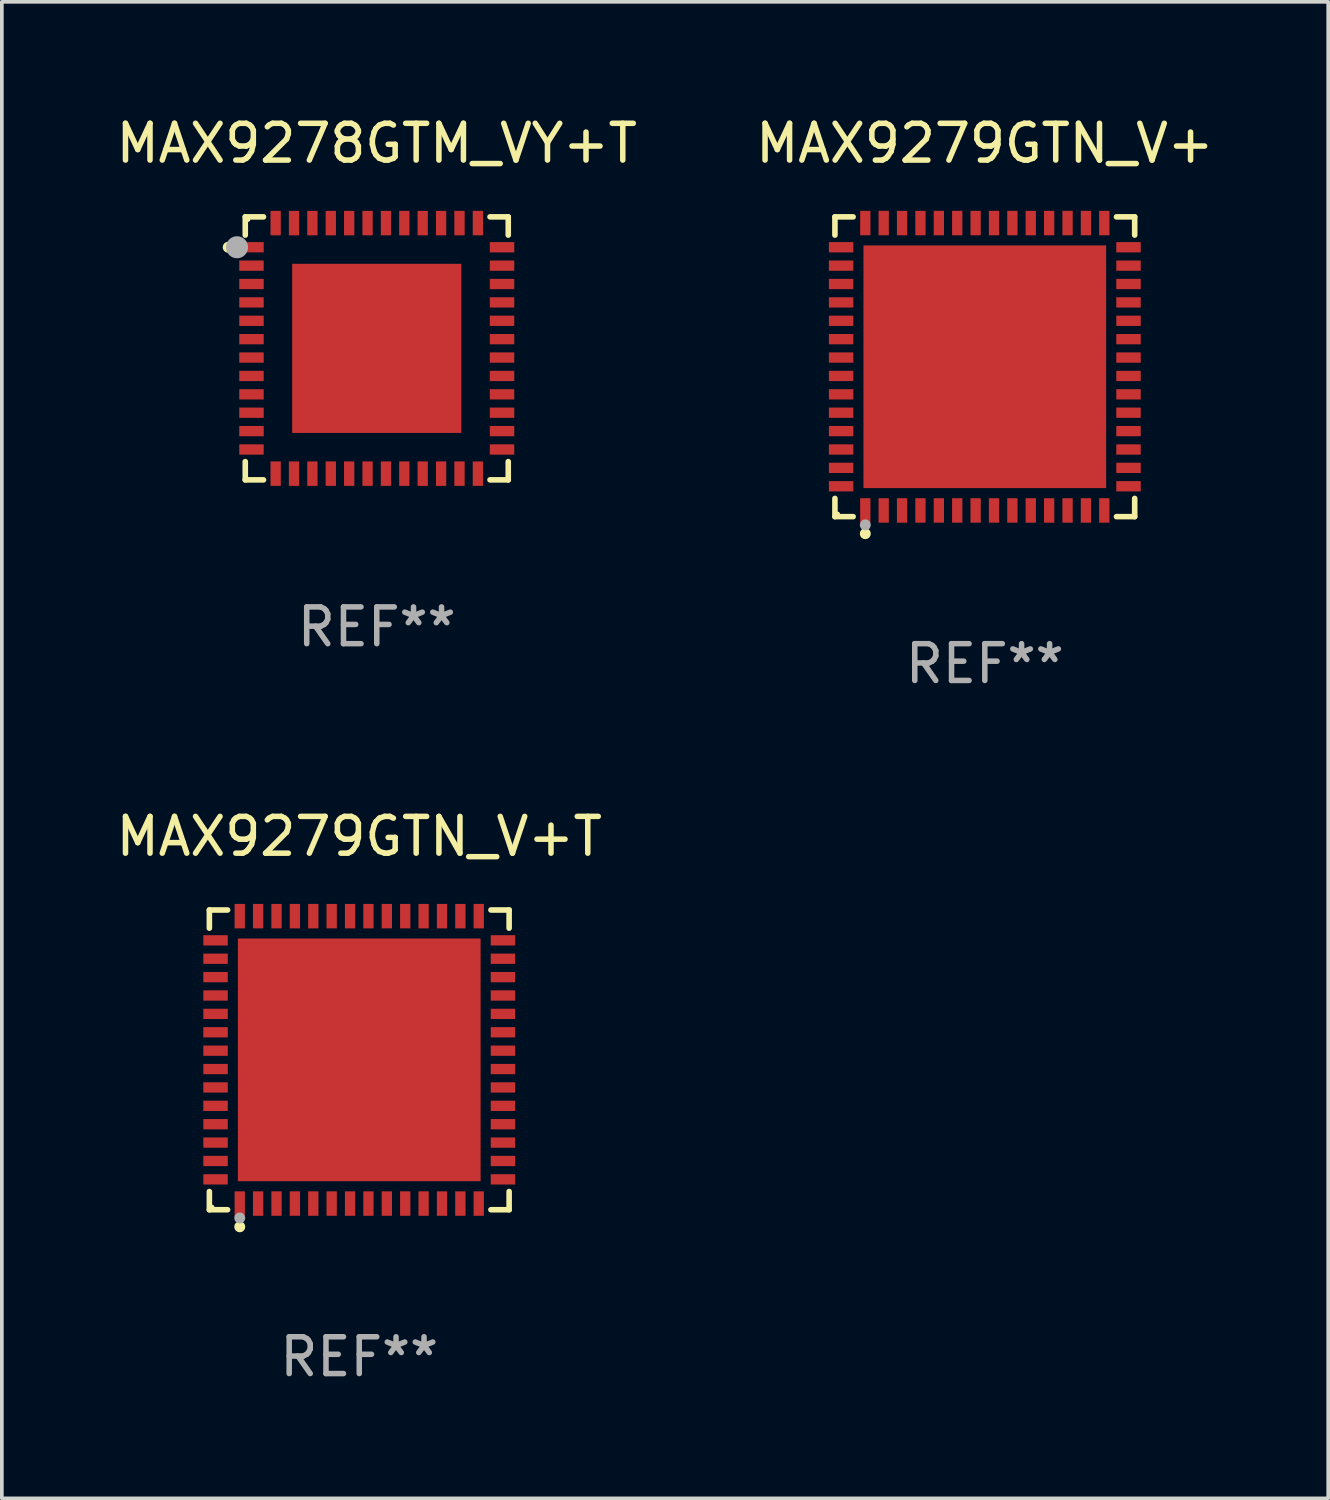
<source format=kicad_pcb>
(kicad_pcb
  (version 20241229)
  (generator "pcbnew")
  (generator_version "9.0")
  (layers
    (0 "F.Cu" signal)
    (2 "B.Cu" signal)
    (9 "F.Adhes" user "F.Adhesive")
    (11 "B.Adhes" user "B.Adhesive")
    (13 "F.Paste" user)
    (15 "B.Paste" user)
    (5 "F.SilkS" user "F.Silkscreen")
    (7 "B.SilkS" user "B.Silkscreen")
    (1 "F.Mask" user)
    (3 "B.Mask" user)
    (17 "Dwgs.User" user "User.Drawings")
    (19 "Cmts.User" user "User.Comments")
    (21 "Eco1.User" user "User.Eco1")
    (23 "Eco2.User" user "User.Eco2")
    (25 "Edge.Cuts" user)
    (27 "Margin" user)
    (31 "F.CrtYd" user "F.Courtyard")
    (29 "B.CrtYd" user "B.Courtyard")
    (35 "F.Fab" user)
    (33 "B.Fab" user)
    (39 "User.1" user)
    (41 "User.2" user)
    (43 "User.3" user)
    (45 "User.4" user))
  (footprint "MAX9278GTM_VY+T"
    (layer "F.Cu")
    (at 7.196 6.424)
    (property "Reference" "MAX9278GTM_VY+T" (at 0 -5.576 0) (layer "F.SilkS") (effects (font (size 1 1) (thickness 0.15))))
    (attr through_hole)
    (fp_line (start -3.576 -3.576) (end -3.576 -3.08) (stroke (width 0.152) (type solid)) (layer "F.SilkS"))
    (fp_line (start -3.576 3.576) (end -3.576 3.08) (stroke (width 0.152) (type solid)) (layer "F.SilkS"))
    (fp_line (start -3.08 -3.576) (end -3.576 -3.576) (stroke (width 0.152) (type solid)) (layer "F.SilkS"))
    (fp_line (start -3.08 3.576) (end -3.576 3.576) (stroke (width 0.152) (type solid)) (layer "F.SilkS"))
    (fp_line (start 3.08 -3.576) (end 3.576 -3.576) (stroke (width 0.152) (type solid)) (layer "F.SilkS"))
    (fp_line (start 3.08 3.576) (end 3.576 3.576) (stroke (width 0.152) (type solid)) (layer "F.SilkS"))
    (fp_line (start 3.576 -3.576) (end 3.576 -3.08) (stroke (width 0.152) (type solid)) (layer "F.SilkS"))
    (fp_line (start 3.576 3.576) (end 3.576 3.08) (stroke (width 0.152) (type solid)) (layer "F.SilkS"))
    (fp_circle (center -4.04 -2.75) (end -3.965 -2.75) (stroke (width 0.15) (type solid)) (fill no) (layer "F.SilkS"))
    (fp_circle (center -3.5 -3.5) (end -3.47 -3.5) (stroke (width 0.06) (type solid)) (fill no) (layer "F.SilkS"))
    (fp_circle (center -3.8 -2.75) (end -3.65 -2.75) (stroke (width 0.3) (type solid)) (fill no) (layer "F.Fab"))
    (fp_text user "REF**" (at 0 7.576 0) (layer "F.Fab") (effects (font (size 1 1) (thickness 0.15))))
    (pad "1" smd rect (at -3.407 -2.75) (size 0.665 0.28) (layers "F.Cu" "F.Mask" "F.Paste"))
    (pad "2" smd rect (at -3.407 -2.25) (size 0.665 0.28) (layers "F.Cu" "F.Mask" "F.Paste"))
    (pad "3" smd rect (at -3.407 -1.75) (size 0.665 0.28) (layers "F.Cu" "F.Mask" "F.Paste"))
    (pad "4" smd rect (at -3.407 -1.25) (size 0.665 0.28) (layers "F.Cu" "F.Mask" "F.Paste"))
    (pad "5" smd rect (at -3.407 -0.75) (size 0.665 0.28) (layers "F.Cu" "F.Mask" "F.Paste"))
    (pad "6" smd rect (at -3.407 -0.25) (size 0.665 0.28) (layers "F.Cu" "F.Mask" "F.Paste"))
    (pad "7" smd rect (at -3.407 0.25) (size 0.665 0.28) (layers "F.Cu" "F.Mask" "F.Paste"))
    (pad "8" smd rect (at -3.407 0.75) (size 0.665 0.28) (layers "F.Cu" "F.Mask" "F.Paste"))
    (pad "9" smd rect (at -3.407 1.25) (size 0.665 0.28) (layers "F.Cu" "F.Mask" "F.Paste"))
    (pad "10" smd rect (at -3.407 1.75) (size 0.665 0.28) (layers "F.Cu" "F.Mask" "F.Paste"))
    (pad "11" smd rect (at -3.407 2.25) (size 0.665 0.28) (layers "F.Cu" "F.Mask" "F.Paste"))
    (pad "12" smd rect (at -3.407 2.75) (size 0.665 0.28) (layers "F.Cu" "F.Mask" "F.Paste"))
    (pad "13" smd rect (at -2.75 3.407) (size 0.28 0.665) (layers "F.Cu" "F.Mask" "F.Paste"))
    (pad "14" smd rect (at -2.25 3.407) (size 0.28 0.665) (layers "F.Cu" "F.Mask" "F.Paste"))
    (pad "15" smd rect (at -1.75 3.407) (size 0.28 0.665) (layers "F.Cu" "F.Mask" "F.Paste"))
    (pad "16" smd rect (at -1.25 3.407) (size 0.28 0.665) (layers "F.Cu" "F.Mask" "F.Paste"))
    (pad "17" smd rect (at -0.75 3.407) (size 0.28 0.665) (layers "F.Cu" "F.Mask" "F.Paste"))
    (pad "18" smd rect (at -0.25 3.407) (size 0.28 0.665) (layers "F.Cu" "F.Mask" "F.Paste"))
    (pad "19" smd rect (at 0.25 3.407) (size 0.28 0.665) (layers "F.Cu" "F.Mask" "F.Paste"))
    (pad "20" smd rect (at 0.75 3.407) (size 0.28 0.665) (layers "F.Cu" "F.Mask" "F.Paste"))
    (pad "21" smd rect (at 1.25 3.407) (size 0.28 0.665) (layers "F.Cu" "F.Mask" "F.Paste"))
    (pad "22" smd rect (at 1.75 3.407) (size 0.28 0.665) (layers "F.Cu" "F.Mask" "F.Paste"))
    (pad "23" smd rect (at 2.25 3.407) (size 0.28 0.665) (layers "F.Cu" "F.Mask" "F.Paste"))
    (pad "24" smd rect (at 2.75 3.407) (size 0.28 0.665) (layers "F.Cu" "F.Mask" "F.Paste"))
    (pad "25" smd rect (at 3.407 2.75) (size 0.665 0.28) (layers "F.Cu" "F.Mask" "F.Paste"))
    (pad "26" smd rect (at 3.407 2.25) (size 0.665 0.28) (layers "F.Cu" "F.Mask" "F.Paste"))
    (pad "27" smd rect (at 3.407 1.75) (size 0.665 0.28) (layers "F.Cu" "F.Mask" "F.Paste"))
    (pad "28" smd rect (at 3.407 1.25) (size 0.665 0.28) (layers "F.Cu" "F.Mask" "F.Paste"))
    (pad "29" smd rect (at 3.407 0.75) (size 0.665 0.28) (layers "F.Cu" "F.Mask" "F.Paste"))
    (pad "30" smd rect (at 3.407 0.25) (size 0.665 0.28) (layers "F.Cu" "F.Mask" "F.Paste"))
    (pad "31" smd rect (at 3.407 -0.25) (size 0.665 0.28) (layers "F.Cu" "F.Mask" "F.Paste"))
    (pad "32" smd rect (at 3.407 -0.75) (size 0.665 0.28) (layers "F.Cu" "F.Mask" "F.Paste"))
    (pad "33" smd rect (at 3.407 -1.25) (size 0.665 0.28) (layers "F.Cu" "F.Mask" "F.Paste"))
    (pad "34" smd rect (at 3.407 -1.75) (size 0.665 0.28) (layers "F.Cu" "F.Mask" "F.Paste"))
    (pad "35" smd rect (at 3.407 -2.25) (size 0.665 0.28) (layers "F.Cu" "F.Mask" "F.Paste"))
    (pad "36" smd rect (at 3.407 -2.75) (size 0.665 0.28) (layers "F.Cu" "F.Mask" "F.Paste"))
    (pad "37" smd rect (at 2.75 -3.407) (size 0.28 0.665) (layers "F.Cu" "F.Mask" "F.Paste"))
    (pad "38" smd rect (at 2.25 -3.407) (size 0.28 0.665) (layers "F.Cu" "F.Mask" "F.Paste"))
    (pad "39" smd rect (at 1.75 -3.407) (size 0.28 0.665) (layers "F.Cu" "F.Mask" "F.Paste"))
    (pad "40" smd rect (at 1.25 -3.407) (size 0.28 0.665) (layers "F.Cu" "F.Mask" "F.Paste"))
    (pad "41" smd rect (at 0.75 -3.407) (size 0.28 0.665) (layers "F.Cu" "F.Mask" "F.Paste"))
    (pad "42" smd rect (at 0.25 -3.407) (size 0.28 0.665) (layers "F.Cu" "F.Mask" "F.Paste"))
    (pad "43" smd rect (at -0.25 -3.407) (size 0.28 0.665) (layers "F.Cu" "F.Mask" "F.Paste"))
    (pad "44" smd rect (at -0.75 -3.407) (size 0.28 0.665) (layers "F.Cu" "F.Mask" "F.Paste"))
    (pad "45" smd rect (at -1.25 -3.407) (size 0.28 0.665) (layers "F.Cu" "F.Mask" "F.Paste"))
    (pad "46" smd rect (at -1.75 -3.407) (size 0.28 0.665) (layers "F.Cu" "F.Mask" "F.Paste"))
    (pad "47" smd rect (at -2.25 -3.407) (size 0.28 0.665) (layers "F.Cu" "F.Mask" "F.Paste"))
    (pad "48" smd rect (at -2.75 -3.407) (size 0.28 0.665) (layers "F.Cu" "F.Mask" "F.Paste"))
    (pad "49" smd rect (at 0 0) (size 4.6 4.6) (layers "F.Cu" "F.Mask" "F.Paste")))
  (footprint "MAX9279GTN_V+"
    (layer "F.Cu")
    (at 23.732 6.924)
    (property "Reference" "MAX9279GTN_V+" (at 0 -6.076 0) (layer "F.SilkS") (effects (font (size 1 1) (thickness 0.15))))
    (attr through_hole)
    (fp_line (start -4.076 -4.076) (end -3.581 -4.076) (stroke (width 0.152) (type solid)) (layer "F.SilkS"))
    (fp_line (start -4.076 -3.581) (end -4.076 -4.076) (stroke (width 0.152) (type solid)) (layer "F.SilkS"))
    (fp_line (start -4.076 3.581) (end -4.076 4.076) (stroke (width 0.152) (type solid)) (layer "F.SilkS"))
    (fp_line (start -4.076 4.076) (end -3.581 4.076) (stroke (width 0.152) (type solid)) (layer "F.SilkS"))
    (fp_line (start 4.076 -4.076) (end 3.581 -4.076) (stroke (width 0.152) (type solid)) (layer "F.SilkS"))
    (fp_line (start 4.076 -3.581) (end 4.076 -4.076) (stroke (width 0.152) (type solid)) (layer "F.SilkS"))
    (fp_line (start 4.076 3.581) (end 4.076 4.076) (stroke (width 0.152) (type solid)) (layer "F.SilkS"))
    (fp_line (start 4.076 4.076) (end 3.581 4.076) (stroke (width 0.152) (type solid)) (layer "F.SilkS"))
    (fp_circle (center -4 4) (end -3.97 4) (stroke (width 0.06) (type solid)) (fill no) (layer "F.SilkS"))
    (fp_circle (center -3.25 4.54) (end -3.175 4.54) (stroke (width 0.15) (type solid)) (fill no) (layer "F.SilkS"))
    (fp_circle (center -3.25 4.3) (end -3.175 4.3) (stroke (width 0.15) (type solid)) (fill no) (layer "F.Fab"))
    (fp_text user "REF**" (at 0 8.076 0) (layer "F.Fab") (effects (font (size 1 1) (thickness 0.15))))
    (pad "1" smd rect (at -3.25 3.908) (size 0.28 0.665) (layers "F.Cu" "F.Mask" "F.Paste"))
    (pad "2" smd rect (at -2.75 3.908) (size 0.28 0.665) (layers "F.Cu" "F.Mask" "F.Paste"))
    (pad "3" smd rect (at -2.25 3.908) (size 0.28 0.665) (layers "F.Cu" "F.Mask" "F.Paste"))
    (pad "4" smd rect (at -1.75 3.908) (size 0.28 0.665) (layers "F.Cu" "F.Mask" "F.Paste"))
    (pad "5" smd rect (at -1.25 3.908) (size 0.28 0.665) (layers "F.Cu" "F.Mask" "F.Paste"))
    (pad "6" smd rect (at -0.75 3.908) (size 0.28 0.665) (layers "F.Cu" "F.Mask" "F.Paste"))
    (pad "7" smd rect (at -0.25 3.908) (size 0.28 0.665) (layers "F.Cu" "F.Mask" "F.Paste"))
    (pad "8" smd rect (at 0.25 3.908) (size 0.28 0.665) (layers "F.Cu" "F.Mask" "F.Paste"))
    (pad "9" smd rect (at 0.75 3.908) (size 0.28 0.665) (layers "F.Cu" "F.Mask" "F.Paste"))
    (pad "10" smd rect (at 1.25 3.908) (size 0.28 0.665) (layers "F.Cu" "F.Mask" "F.Paste"))
    (pad "11" smd rect (at 1.75 3.908) (size 0.28 0.665) (layers "F.Cu" "F.Mask" "F.Paste"))
    (pad "12" smd rect (at 2.25 3.908) (size 0.28 0.665) (layers "F.Cu" "F.Mask" "F.Paste"))
    (pad "13" smd rect (at 2.75 3.908) (size 0.28 0.665) (layers "F.Cu" "F.Mask" "F.Paste"))
    (pad "14" smd rect (at 3.25 3.908) (size 0.28 0.665) (layers "F.Cu" "F.Mask" "F.Paste"))
    (pad "15" smd rect (at 3.908 3.25) (size 0.665 0.28) (layers "F.Cu" "F.Mask" "F.Paste"))
    (pad "16" smd rect (at 3.908 2.75) (size 0.665 0.28) (layers "F.Cu" "F.Mask" "F.Paste"))
    (pad "17" smd rect (at 3.908 2.25) (size 0.665 0.28) (layers "F.Cu" "F.Mask" "F.Paste"))
    (pad "18" smd rect (at 3.908 1.75) (size 0.665 0.28) (layers "F.Cu" "F.Mask" "F.Paste"))
    (pad "19" smd rect (at 3.908 1.25) (size 0.665 0.28) (layers "F.Cu" "F.Mask" "F.Paste"))
    (pad "20" smd rect (at 3.908 0.75) (size 0.665 0.28) (layers "F.Cu" "F.Mask" "F.Paste"))
    (pad "21" smd rect (at 3.908 0.25) (size 0.665 0.28) (layers "F.Cu" "F.Mask" "F.Paste"))
    (pad "22" smd rect (at 3.908 -0.25) (size 0.665 0.28) (layers "F.Cu" "F.Mask" "F.Paste"))
    (pad "23" smd rect (at 3.908 -0.75) (size 0.665 0.28) (layers "F.Cu" "F.Mask" "F.Paste"))
    (pad "24" smd rect (at 3.908 -1.25) (size 0.665 0.28) (layers "F.Cu" "F.Mask" "F.Paste"))
    (pad "25" smd rect (at 3.908 -1.75) (size 0.665 0.28) (layers "F.Cu" "F.Mask" "F.Paste"))
    (pad "26" smd rect (at 3.908 -2.25) (size 0.665 0.28) (layers "F.Cu" "F.Mask" "F.Paste"))
    (pad "27" smd rect (at 3.908 -2.75) (size 0.665 0.28) (layers "F.Cu" "F.Mask" "F.Paste"))
    (pad "28" smd rect (at 3.908 -3.25) (size 0.665 0.28) (layers "F.Cu" "F.Mask" "F.Paste"))
    (pad "29" smd rect (at 3.25 -3.908) (size 0.28 0.665) (layers "F.Cu" "F.Mask" "F.Paste"))
    (pad "30" smd rect (at 2.75 -3.908) (size 0.28 0.665) (layers "F.Cu" "F.Mask" "F.Paste"))
    (pad "31" smd rect (at 2.25 -3.908) (size 0.28 0.665) (layers "F.Cu" "F.Mask" "F.Paste"))
    (pad "32" smd rect (at 1.75 -3.908) (size 0.28 0.665) (layers "F.Cu" "F.Mask" "F.Paste"))
    (pad "33" smd rect (at 1.25 -3.908) (size 0.28 0.665) (layers "F.Cu" "F.Mask" "F.Paste"))
    (pad "34" smd rect (at 0.75 -3.908) (size 0.28 0.665) (layers "F.Cu" "F.Mask" "F.Paste"))
    (pad "35" smd rect (at 0.25 -3.908) (size 0.28 0.665) (layers "F.Cu" "F.Mask" "F.Paste"))
    (pad "36" smd rect (at -0.25 -3.908) (size 0.28 0.665) (layers "F.Cu" "F.Mask" "F.Paste"))
    (pad "37" smd rect (at -0.75 -3.908) (size 0.28 0.665) (layers "F.Cu" "F.Mask" "F.Paste"))
    (pad "38" smd rect (at -1.25 -3.908) (size 0.28 0.665) (layers "F.Cu" "F.Mask" "F.Paste"))
    (pad "39" smd rect (at -1.75 -3.908) (size 0.28 0.665) (layers "F.Cu" "F.Mask" "F.Paste"))
    (pad "40" smd rect (at -2.25 -3.908) (size 0.28 0.665) (layers "F.Cu" "F.Mask" "F.Paste"))
    (pad "41" smd rect (at -2.75 -3.908) (size 0.28 0.665) (layers "F.Cu" "F.Mask" "F.Paste"))
    (pad "42" smd rect (at -3.25 -3.908) (size 0.28 0.665) (layers "F.Cu" "F.Mask" "F.Paste"))
    (pad "43" smd rect (at -3.908 -3.25) (size 0.665 0.28) (layers "F.Cu" "F.Mask" "F.Paste"))
    (pad "44" smd rect (at -3.908 -2.75) (size 0.665 0.28) (layers "F.Cu" "F.Mask" "F.Paste"))
    (pad "45" smd rect (at -3.908 -2.25) (size 0.665 0.28) (layers "F.Cu" "F.Mask" "F.Paste"))
    (pad "46" smd rect (at -3.908 -1.75) (size 0.665 0.28) (layers "F.Cu" "F.Mask" "F.Paste"))
    (pad "47" smd rect (at -3.908 -1.25) (size 0.665 0.28) (layers "F.Cu" "F.Mask" "F.Paste"))
    (pad "48" smd rect (at -3.908 -0.75) (size 0.665 0.28) (layers "F.Cu" "F.Mask" "F.Paste"))
    (pad "49" smd rect (at -3.908 -0.25) (size 0.665 0.28) (layers "F.Cu" "F.Mask" "F.Paste"))
    (pad "50" smd rect (at -3.908 0.25) (size 0.665 0.28) (layers "F.Cu" "F.Mask" "F.Paste"))
    (pad "51" smd rect (at -3.908 0.75) (size 0.665 0.28) (layers "F.Cu" "F.Mask" "F.Paste"))
    (pad "52" smd rect (at -3.908 1.25) (size 0.665 0.28) (layers "F.Cu" "F.Mask" "F.Paste"))
    (pad "53" smd rect (at -3.908 1.75) (size 0.665 0.28) (layers "F.Cu" "F.Mask" "F.Paste"))
    (pad "54" smd rect (at -3.908 2.25) (size 0.665 0.28) (layers "F.Cu" "F.Mask" "F.Paste"))
    (pad "55" smd rect (at -3.908 2.75) (size 0.665 0.28) (layers "F.Cu" "F.Mask" "F.Paste"))
    (pad "56" smd rect (at -3.908 3.25) (size 0.665 0.28) (layers "F.Cu" "F.Mask" "F.Paste"))
    (pad "57" smd rect (at 0 0) (size 6.6 6.6) (layers "F.Cu" "F.Mask" "F.Paste")))
  (footprint "MAX9279GTN_V+T"
    (layer "F.Cu")
    (at 6.72 25.773)
    (property "Reference" "MAX9279GTN_V+T" (at 0 -6.076 0) (layer "F.SilkS") (effects (font (size 1 1) (thickness 0.15))))
    (attr through_hole)
    (fp_line (start -4.076 -4.076) (end -3.581 -4.076) (stroke (width 0.152) (type solid)) (layer "F.SilkS"))
    (fp_line (start -4.076 -3.581) (end -4.076 -4.076) (stroke (width 0.152) (type solid)) (layer "F.SilkS"))
    (fp_line (start -4.076 3.581) (end -4.076 4.076) (stroke (width 0.152) (type solid)) (layer "F.SilkS"))
    (fp_line (start -4.076 4.076) (end -3.581 4.076) (stroke (width 0.152) (type solid)) (layer "F.SilkS"))
    (fp_line (start 4.076 -4.076) (end 3.581 -4.076) (stroke (width 0.152) (type solid)) (layer "F.SilkS"))
    (fp_line (start 4.076 -3.581) (end 4.076 -4.076) (stroke (width 0.152) (type solid)) (layer "F.SilkS"))
    (fp_line (start 4.076 3.581) (end 4.076 4.076) (stroke (width 0.152) (type solid)) (layer "F.SilkS"))
    (fp_line (start 4.076 4.076) (end 3.581 4.076) (stroke (width 0.152) (type solid)) (layer "F.SilkS"))
    (fp_circle (center -4 4) (end -3.97 4) (stroke (width 0.06) (type solid)) (fill no) (layer "F.SilkS"))
    (fp_circle (center -3.25 4.54) (end -3.175 4.54) (stroke (width 0.15) (type solid)) (fill no) (layer "F.SilkS"))
    (fp_circle (center -3.25 4.3) (end -3.175 4.3) (stroke (width 0.15) (type solid)) (fill no) (layer "F.Fab"))
    (fp_text user "REF**" (at 0 8.076 0) (layer "F.Fab") (effects (font (size 1 1) (thickness 0.15))))
    (pad "1" smd rect (at -3.25 3.908) (size 0.28 0.665) (layers "F.Cu" "F.Mask" "F.Paste"))
    (pad "2" smd rect (at -2.75 3.908) (size 0.28 0.665) (layers "F.Cu" "F.Mask" "F.Paste"))
    (pad "3" smd rect (at -2.25 3.908) (size 0.28 0.665) (layers "F.Cu" "F.Mask" "F.Paste"))
    (pad "4" smd rect (at -1.75 3.908) (size 0.28 0.665) (layers "F.Cu" "F.Mask" "F.Paste"))
    (pad "5" smd rect (at -1.25 3.908) (size 0.28 0.665) (layers "F.Cu" "F.Mask" "F.Paste"))
    (pad "6" smd rect (at -0.75 3.908) (size 0.28 0.665) (layers "F.Cu" "F.Mask" "F.Paste"))
    (pad "7" smd rect (at -0.25 3.908) (size 0.28 0.665) (layers "F.Cu" "F.Mask" "F.Paste"))
    (pad "8" smd rect (at 0.25 3.908) (size 0.28 0.665) (layers "F.Cu" "F.Mask" "F.Paste"))
    (pad "9" smd rect (at 0.75 3.908) (size 0.28 0.665) (layers "F.Cu" "F.Mask" "F.Paste"))
    (pad "10" smd rect (at 1.25 3.908) (size 0.28 0.665) (layers "F.Cu" "F.Mask" "F.Paste"))
    (pad "11" smd rect (at 1.75 3.908) (size 0.28 0.665) (layers "F.Cu" "F.Mask" "F.Paste"))
    (pad "12" smd rect (at 2.25 3.908) (size 0.28 0.665) (layers "F.Cu" "F.Mask" "F.Paste"))
    (pad "13" smd rect (at 2.75 3.908) (size 0.28 0.665) (layers "F.Cu" "F.Mask" "F.Paste"))
    (pad "14" smd rect (at 3.25 3.908) (size 0.28 0.665) (layers "F.Cu" "F.Mask" "F.Paste"))
    (pad "15" smd rect (at 3.908 3.25) (size 0.665 0.28) (layers "F.Cu" "F.Mask" "F.Paste"))
    (pad "16" smd rect (at 3.908 2.75) (size 0.665 0.28) (layers "F.Cu" "F.Mask" "F.Paste"))
    (pad "17" smd rect (at 3.908 2.25) (size 0.665 0.28) (layers "F.Cu" "F.Mask" "F.Paste"))
    (pad "18" smd rect (at 3.908 1.75) (size 0.665 0.28) (layers "F.Cu" "F.Mask" "F.Paste"))
    (pad "19" smd rect (at 3.908 1.25) (size 0.665 0.28) (layers "F.Cu" "F.Mask" "F.Paste"))
    (pad "20" smd rect (at 3.908 0.75) (size 0.665 0.28) (layers "F.Cu" "F.Mask" "F.Paste"))
    (pad "21" smd rect (at 3.908 0.25) (size 0.665 0.28) (layers "F.Cu" "F.Mask" "F.Paste"))
    (pad "22" smd rect (at 3.908 -0.25) (size 0.665 0.28) (layers "F.Cu" "F.Mask" "F.Paste"))
    (pad "23" smd rect (at 3.908 -0.75) (size 0.665 0.28) (layers "F.Cu" "F.Mask" "F.Paste"))
    (pad "24" smd rect (at 3.908 -1.25) (size 0.665 0.28) (layers "F.Cu" "F.Mask" "F.Paste"))
    (pad "25" smd rect (at 3.908 -1.75) (size 0.665 0.28) (layers "F.Cu" "F.Mask" "F.Paste"))
    (pad "26" smd rect (at 3.908 -2.25) (size 0.665 0.28) (layers "F.Cu" "F.Mask" "F.Paste"))
    (pad "27" smd rect (at 3.908 -2.75) (size 0.665 0.28) (layers "F.Cu" "F.Mask" "F.Paste"))
    (pad "28" smd rect (at 3.908 -3.25) (size 0.665 0.28) (layers "F.Cu" "F.Mask" "F.Paste"))
    (pad "29" smd rect (at 3.25 -3.908) (size 0.28 0.665) (layers "F.Cu" "F.Mask" "F.Paste"))
    (pad "30" smd rect (at 2.75 -3.908) (size 0.28 0.665) (layers "F.Cu" "F.Mask" "F.Paste"))
    (pad "31" smd rect (at 2.25 -3.908) (size 0.28 0.665) (layers "F.Cu" "F.Mask" "F.Paste"))
    (pad "32" smd rect (at 1.75 -3.908) (size 0.28 0.665) (layers "F.Cu" "F.Mask" "F.Paste"))
    (pad "33" smd rect (at 1.25 -3.908) (size 0.28 0.665) (layers "F.Cu" "F.Mask" "F.Paste"))
    (pad "34" smd rect (at 0.75 -3.908) (size 0.28 0.665) (layers "F.Cu" "F.Mask" "F.Paste"))
    (pad "35" smd rect (at 0.25 -3.908) (size 0.28 0.665) (layers "F.Cu" "F.Mask" "F.Paste"))
    (pad "36" smd rect (at -0.25 -3.908) (size 0.28 0.665) (layers "F.Cu" "F.Mask" "F.Paste"))
    (pad "37" smd rect (at -0.75 -3.908) (size 0.28 0.665) (layers "F.Cu" "F.Mask" "F.Paste"))
    (pad "38" smd rect (at -1.25 -3.908) (size 0.28 0.665) (layers "F.Cu" "F.Mask" "F.Paste"))
    (pad "39" smd rect (at -1.75 -3.908) (size 0.28 0.665) (layers "F.Cu" "F.Mask" "F.Paste"))
    (pad "40" smd rect (at -2.25 -3.908) (size 0.28 0.665) (layers "F.Cu" "F.Mask" "F.Paste"))
    (pad "41" smd rect (at -2.75 -3.908) (size 0.28 0.665) (layers "F.Cu" "F.Mask" "F.Paste"))
    (pad "42" smd rect (at -3.25 -3.908) (size 0.28 0.665) (layers "F.Cu" "F.Mask" "F.Paste"))
    (pad "43" smd rect (at -3.908 -3.25) (size 0.665 0.28) (layers "F.Cu" "F.Mask" "F.Paste"))
    (pad "44" smd rect (at -3.908 -2.75) (size 0.665 0.28) (layers "F.Cu" "F.Mask" "F.Paste"))
    (pad "45" smd rect (at -3.908 -2.25) (size 0.665 0.28) (layers "F.Cu" "F.Mask" "F.Paste"))
    (pad "46" smd rect (at -3.908 -1.75) (size 0.665 0.28) (layers "F.Cu" "F.Mask" "F.Paste"))
    (pad "47" smd rect (at -3.908 -1.25) (size 0.665 0.28) (layers "F.Cu" "F.Mask" "F.Paste"))
    (pad "48" smd rect (at -3.908 -0.75) (size 0.665 0.28) (layers "F.Cu" "F.Mask" "F.Paste"))
    (pad "49" smd rect (at -3.908 -0.25) (size 0.665 0.28) (layers "F.Cu" "F.Mask" "F.Paste"))
    (pad "50" smd rect (at -3.908 0.25) (size 0.665 0.28) (layers "F.Cu" "F.Mask" "F.Paste"))
    (pad "51" smd rect (at -3.908 0.75) (size 0.665 0.28) (layers "F.Cu" "F.Mask" "F.Paste"))
    (pad "52" smd rect (at -3.908 1.25) (size 0.665 0.28) (layers "F.Cu" "F.Mask" "F.Paste"))
    (pad "53" smd rect (at -3.908 1.75) (size 0.665 0.28) (layers "F.Cu" "F.Mask" "F.Paste"))
    (pad "54" smd rect (at -3.908 2.25) (size 0.665 0.28) (layers "F.Cu" "F.Mask" "F.Paste"))
    (pad "55" smd rect (at -3.908 2.75) (size 0.665 0.28) (layers "F.Cu" "F.Mask" "F.Paste"))
    (pad "56" smd rect (at -3.908 3.25) (size 0.665 0.28) (layers "F.Cu" "F.Mask" "F.Paste"))
    (pad "57" smd rect (at 0 0) (size 6.6 6.6) (layers "F.Cu" "F.Mask" "F.Paste")))
  (gr_rect
    (start -3 -3)
    (end 33.071 37.698)
    (stroke (width 0.1) (type default))
    (fill no)
    (layer "Edge.Cuts")))
</source>
